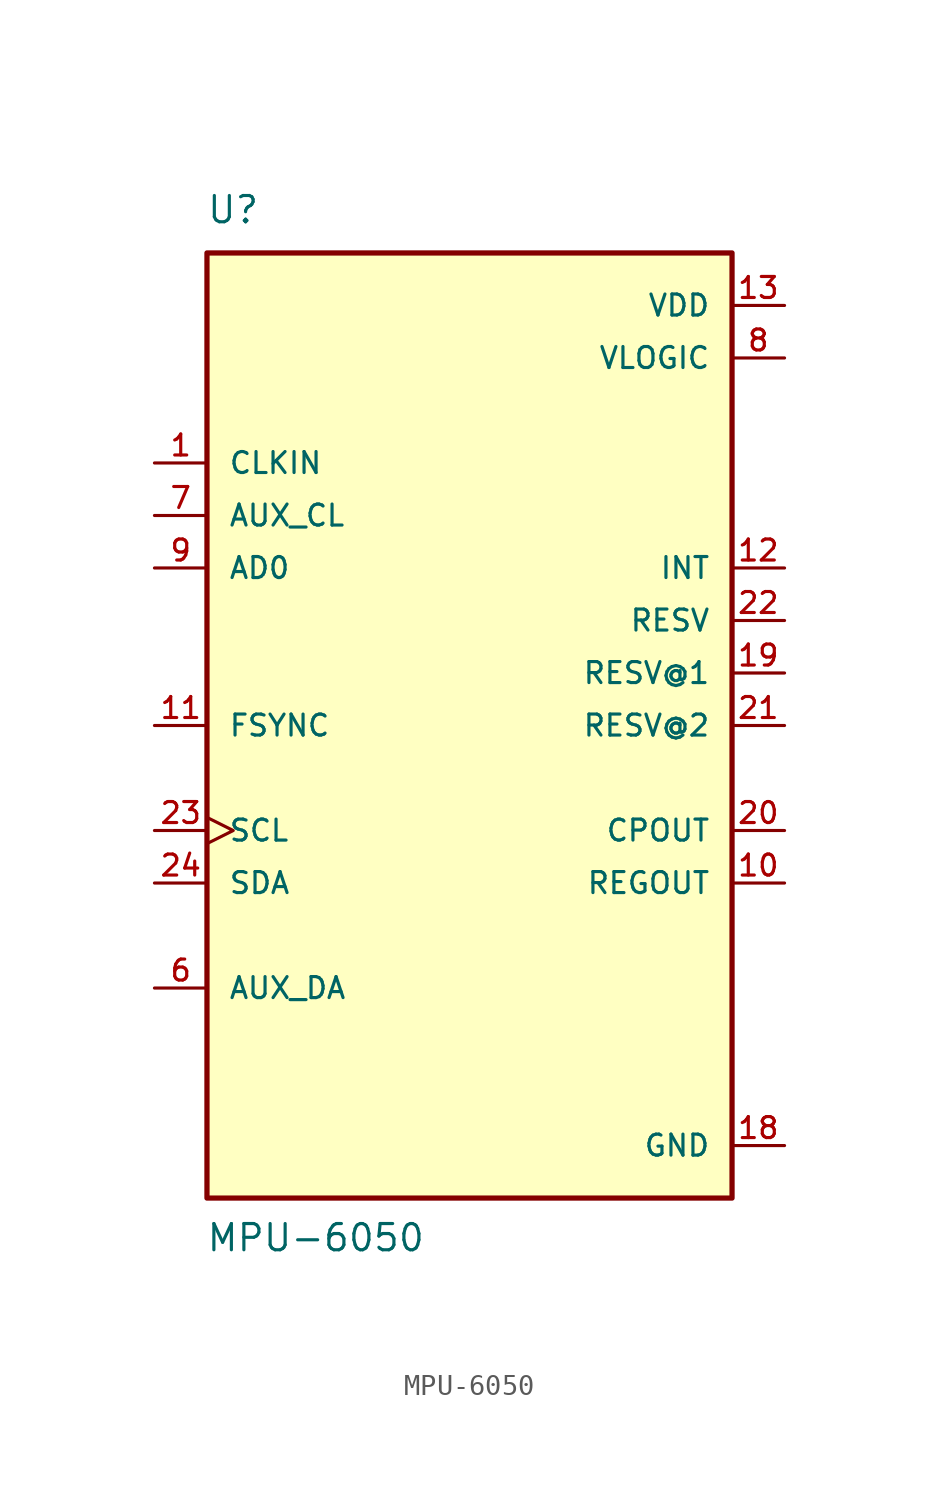
<source format=kicad_sym>
(kicad_symbol_lib
  (version 20231120)
  (generator "kicad_symbol_editor")
  (generator_version "8.0")
  (symbol "MPU-6050"
    (pin_names
      (offset 1.016))
    (property "Reference" "U"
      (at -12.746 24.206 0)
      (effects (font (size 1.27 1.27)) (justify left bottom)))
    (property "Value" "MPU-6050"
      (at -12.768 -25.525 0)
      (effects (font (size 1.27 1.27)) (justify left bottom)))
    (symbol "MPU-6050_0_0"
      (rectangle (start -12.7 -22.86) (end 12.7 22.86) (stroke (width 0.254) (type default)) (fill (type background)))
      (pin input line (at -15.24 12.7 0) (length 2.54) (name "CLKIN" (effects (font (size 1.016 1.016)))) (number "1" (effects (font (size 1.016 1.016)))))
      (pin passive line (at 15.24 -7.62 180) (length 2.54) (name "REGOUT" (effects (font (size 1.016 1.016)))) (number "10" (effects (font (size 1.016 1.016)))))
      (pin input line (at -15.24 0 0) (length 2.54) (name "FSYNC" (effects (font (size 1.016 1.016)))) (number "11" (effects (font (size 1.016 1.016)))))
      (pin output line (at 15.24 7.62 180) (length 2.54) (name "INT" (effects (font (size 1.016 1.016)))) (number "12" (effects (font (size 1.016 1.016)))))
      (pin power_in line (at 15.24 20.32 180) (length 2.54) (name "VDD" (effects (font (size 1.016 1.016)))) (number "13" (effects (font (size 1.016 1.016)))))
      (pin power_in line (at 15.24 -20.32 180) (length 2.54) (name "GND" (effects (font (size 1.016 1.016)))) (number "18" (effects (font (size 1.016 1.016)))))
      (pin passive line (at 15.24 2.54 180) (length 2.54) (name "RESV@1" (effects (font (size 1.016 1.016)))) (number "19" (effects (font (size 1.016 1.016)))))
      (pin passive line (at 15.24 -5.08 180) (length 2.54) (name "CPOUT" (effects (font (size 1.016 1.016)))) (number "20" (effects (font (size 1.016 1.016)))))
      (pin passive line (at 15.24 0 180) (length 2.54) (name "RESV@2" (effects (font (size 1.016 1.016)))) (number "21" (effects (font (size 1.016 1.016)))))
      (pin passive line (at 15.24 5.08 180) (length 2.54) (name "RESV" (effects (font (size 1.016 1.016)))) (number "22" (effects (font (size 1.016 1.016)))))
      (pin input clock (at -15.24 -5.08 0) (length 2.54) (name "SCL" (effects (font (size 1.016 1.016)))) (number "23" (effects (font (size 1.016 1.016)))))
      (pin bidirectional line (at -15.24 -7.62 0) (length 2.54) (name "SDA" (effects (font (size 1.016 1.016)))) (number "24" (effects (font (size 1.016 1.016)))))
      (pin bidirectional line (at -15.24 -12.7 0) (length 2.54) (name "AUX_DA" (effects (font (size 1.016 1.016)))) (number "6" (effects (font (size 1.016 1.016)))))
      (pin input line (at -15.24 10.16 0) (length 2.54) (name "AUX_CL" (effects (font (size 1.016 1.016)))) (number "7" (effects (font (size 1.016 1.016)))))
      (pin power_in line (at 15.24 17.78 180) (length 2.54) (name "VLOGIC" (effects (font (size 1.016 1.016)))) (number "8" (effects (font (size 1.016 1.016)))))
      (pin input line (at -15.24 7.62 0) (length 2.54) (name "AD0" (effects (font (size 1.016 1.016)))) (number "9" (effects (font (size 1.016 1.016))))))))
</source>
